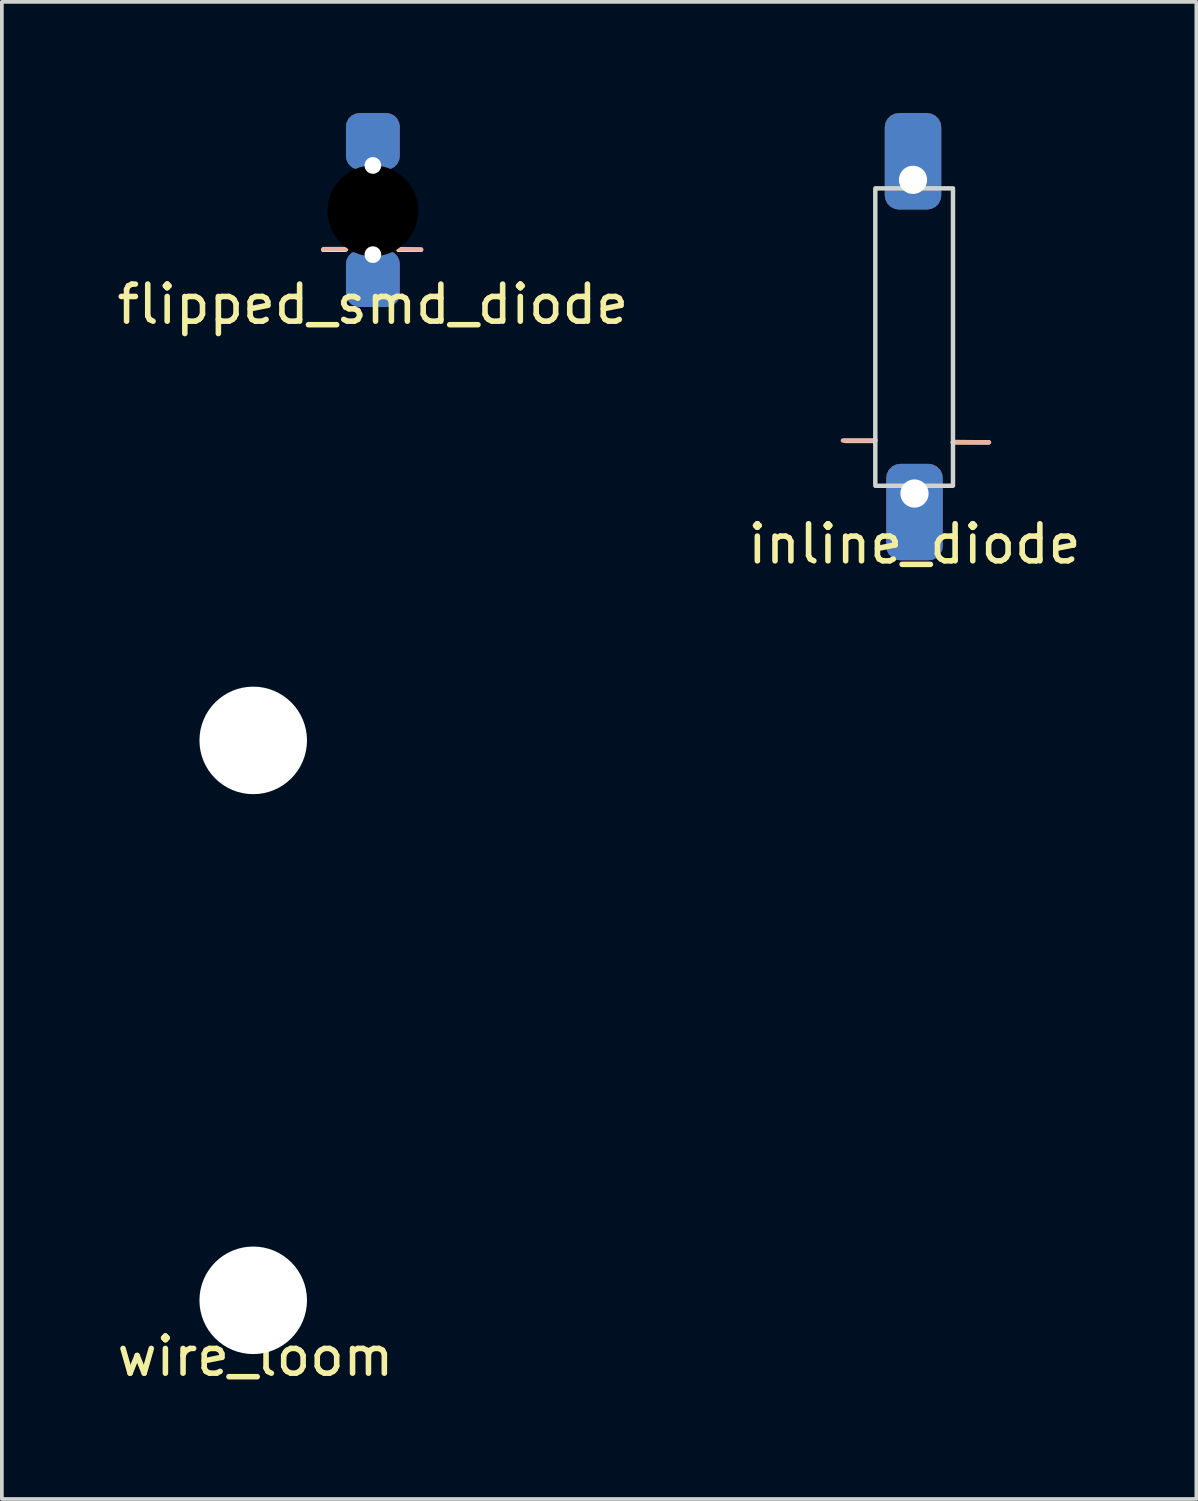
<source format=kicad_pcb>
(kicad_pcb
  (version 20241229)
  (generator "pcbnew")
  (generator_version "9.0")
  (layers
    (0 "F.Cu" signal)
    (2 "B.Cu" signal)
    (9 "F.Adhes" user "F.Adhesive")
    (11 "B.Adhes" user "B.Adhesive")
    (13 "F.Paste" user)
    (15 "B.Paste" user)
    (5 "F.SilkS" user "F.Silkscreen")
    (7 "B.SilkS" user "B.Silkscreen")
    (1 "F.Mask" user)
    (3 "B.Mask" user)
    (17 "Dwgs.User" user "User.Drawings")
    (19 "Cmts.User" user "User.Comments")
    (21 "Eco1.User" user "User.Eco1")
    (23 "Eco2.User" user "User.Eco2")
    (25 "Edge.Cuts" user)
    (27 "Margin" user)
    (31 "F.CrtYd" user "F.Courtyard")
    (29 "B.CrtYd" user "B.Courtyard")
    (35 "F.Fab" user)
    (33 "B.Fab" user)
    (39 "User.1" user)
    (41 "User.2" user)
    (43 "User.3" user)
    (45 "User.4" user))
  (footprint "wire_loom"
    (layer "F.Cu")
    (at 3.779 32.018)
    (property "Reference" "wire_loom" (at 0.06 1.51 0) (unlocked yes) (layer "F.SilkS") (effects (font (size 1 1) (thickness 0.15))))
    (attr through_hole)
    (pad "" np_thru_hole circle (at 0 -15.1) (size 2.9 2.9) (drill 2.9) (layers "*.Cu" "*.Mask"))
    (pad "" np_thru_hole circle (at 0 0) (size 2.9 2.9) (drill 2.9) (layers "*.Cu" "*.Mask")))
  (footprint "flipped_smd_diode"
    (layer "F.Cu")
    (at 7.006 5.657)
    (property "Reference" "flipped_smd_diode" (at 0 -0.5 0) (unlocked yes) (layer "F.SilkS") (effects (font (size 1 1) (thickness 0.15))))
    (attr through_hole)
    (fp_line (start -0.74 -1.97) (end -1.34 -1.97) (stroke (width 0.12) (type solid)) (layer "F.SilkS"))
    (fp_line (start 0.69 -1.97) (end 1.3 -1.97) (stroke (width 0.12) (type solid)) (layer "F.SilkS"))
    (fp_line (start -0.72 -1.99) (end -1.33 -1.99) (stroke (width 0.12) (type solid)) (layer "B.SilkS"))
    (fp_line (start 0.71 -1.99) (end 1.3 -1.98) (stroke (width 0.12) (type solid)) (layer "B.SilkS"))
    (pad "" np_thru_hole circle (at 0 -3.02) (size 2.45 2.45) (drill 2.45) (layers "*.Mask"))
    (pad "0" thru_hole roundrect (at 0 -1.84) (size 1.45 1.524) (drill 0.45 (offset 0 0.65)) (layers "*.Cu" "*.Mask") (roundrect_rratio 0.25))
    (pad "1" thru_hole roundrect (at 0 -4.245 180) (size 1.45 1.524) (drill 0.45 (offset 0 0.65)) (layers "*.Cu" "*.Mask") (roundrect_rratio 0.25)))
  (footprint "inline_diode"
    (layer "F.Cu")
    (at 21.633 11.97)
    (property "Reference" "inline_diode" (at -0.02 -0.35 0) (unlocked yes) (layer "F.SilkS") (effects (font (size 1 1) (thickness 0.15))))
    (attr through_hole)
    (fp_line (start -1.1 -3.13) (end -1.89 -3.13) (stroke (width 0.12) (type solid)) (layer "F.SilkS"))
    (fp_line (start 1.98 -3.09) (end 1.01 -3.09) (stroke (width 0.12) (type solid)) (layer "F.SilkS"))
    (fp_line (start -1.07 -3.14) (end -1.95 -3.14) (stroke (width 0.12) (type solid)) (layer "B.SilkS"))
    (fp_line (start 1.02 -3.1) (end 1.99 -3.09) (stroke (width 0.12) (type solid)) (layer "B.SilkS"))
    (fp_rect (start -1.077 -1.92) (end 1.018 -9.94) (stroke (width 0.12) (type solid)) (fill no) (layer "Edge.Cuts"))
    (pad "1" thru_hole roundrect (at -0.06 -10.17) (size 1.524 2.6) (drill 0.762 (offset 0 -0.5)) (layers "*.Cu" "*.Mask") (roundrect_rratio 0.25))
    (pad "2" thru_hole roundrect (at -0.02 -1.71 180) (size 1.524 2.6) (drill 0.762 (offset 0 -0.5)) (layers "*.Cu" "*.Mask") (roundrect_rratio 0.25)))
  (gr_rect
    (start -3 -3)
    (end 29.214 37.377)
    (stroke (width 0.1) (type default))
    (fill no)
    (layer "Edge.Cuts")))
</source>
